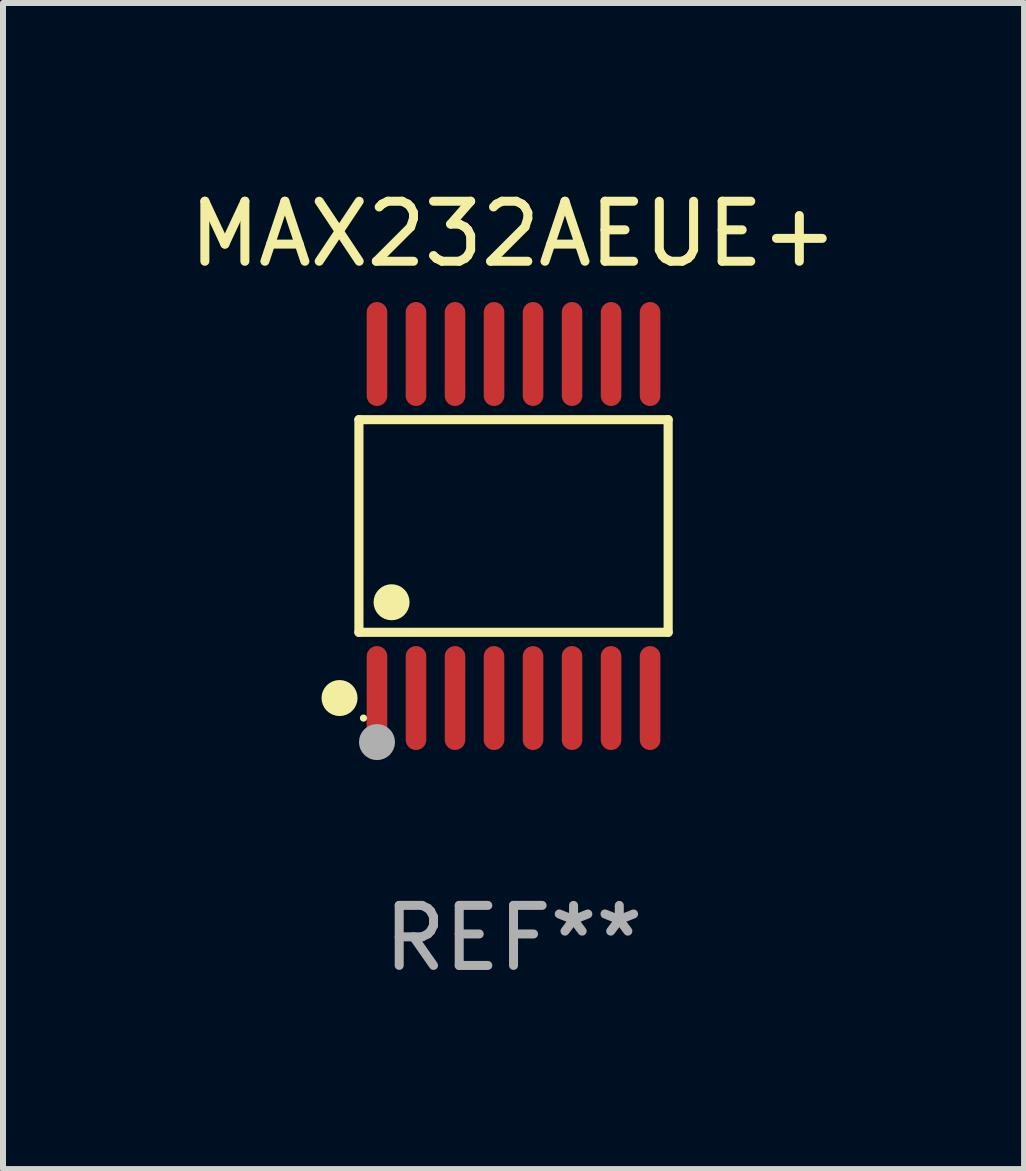
<source format=kicad_pcb>
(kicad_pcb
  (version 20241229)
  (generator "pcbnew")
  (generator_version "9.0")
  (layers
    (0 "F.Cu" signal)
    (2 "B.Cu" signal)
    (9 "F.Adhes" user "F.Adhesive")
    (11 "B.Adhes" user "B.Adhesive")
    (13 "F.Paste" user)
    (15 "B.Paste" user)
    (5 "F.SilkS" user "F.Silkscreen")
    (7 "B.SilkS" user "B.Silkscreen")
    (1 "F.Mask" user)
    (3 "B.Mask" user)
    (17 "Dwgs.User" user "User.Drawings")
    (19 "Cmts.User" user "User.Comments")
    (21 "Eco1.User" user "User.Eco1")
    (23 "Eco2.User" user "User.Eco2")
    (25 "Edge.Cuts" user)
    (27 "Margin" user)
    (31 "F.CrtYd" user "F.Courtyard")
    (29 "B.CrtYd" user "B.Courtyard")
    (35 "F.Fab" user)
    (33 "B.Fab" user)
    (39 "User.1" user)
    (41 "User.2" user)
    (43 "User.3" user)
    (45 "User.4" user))
  (footprint "MAX232AEUE+"
    (layer "F.Cu")
    (at 5.506 5.714)
    (property "Reference" "MAX232AEUE+" (at 0 -4.866 0) (layer "F.SilkS") (effects (font (size 1 1) (thickness 0.15))))
    (attr through_hole)
    (fp_line (start -2.576 -1.772) (end 2.576 -1.772) (stroke (width 0.152) (type solid)) (layer "F.SilkS"))
    (fp_line (start -2.576 1.771) (end -2.576 -1.772) (stroke (width 0.152) (type solid)) (layer "F.SilkS"))
    (fp_line (start 2.576 -1.772) (end 2.576 1.771) (stroke (width 0.152) (type solid)) (layer "F.SilkS"))
    (fp_line (start 2.576 1.771) (end -2.576 1.771) (stroke (width 0.152) (type solid)) (layer "F.SilkS"))
    (fp_circle (center -2.899 2.866) (end -2.749 2.866) (stroke (width 0.3) (type solid)) (fill no) (layer "F.SilkS"))
    (fp_circle (center -2.5 3.2) (end -2.47 3.2) (stroke (width 0.06) (type solid)) (fill no) (layer "F.SilkS"))
    (fp_circle (center -2.032 1.27) (end -1.882 1.27) (stroke (width 0.3) (type solid)) (fill no) (layer "F.SilkS"))
    (fp_circle (center -2.275 3.6) (end -2.125 3.6) (stroke (width 0.3) (type solid)) (fill no) (layer "F.Fab"))
    (fp_text user "REF**" (at 0 6.866 0) (layer "F.Fab") (effects (font (size 1 1) (thickness 0.15))))
    (pad "1" smd oval (at -2.275 2.866) (size 0.343 1.731) (layers "F.Cu" "F.Mask" "F.Paste"))
    (pad "2" smd oval (at -1.625 2.866) (size 0.343 1.731) (layers "F.Cu" "F.Mask" "F.Paste"))
    (pad "3" smd oval (at -0.975 2.866) (size 0.343 1.731) (layers "F.Cu" "F.Mask" "F.Paste"))
    (pad "4" smd oval (at -0.325 2.866) (size 0.343 1.731) (layers "F.Cu" "F.Mask" "F.Paste"))
    (pad "5" smd oval (at 0.325 2.866) (size 0.343 1.731) (layers "F.Cu" "F.Mask" "F.Paste"))
    (pad "6" smd oval (at 0.975 2.866) (size 0.343 1.731) (layers "F.Cu" "F.Mask" "F.Paste"))
    (pad "7" smd oval (at 1.625 2.866) (size 0.343 1.731) (layers "F.Cu" "F.Mask" "F.Paste"))
    (pad "8" smd oval (at 2.275 2.866) (size 0.343 1.731) (layers "F.Cu" "F.Mask" "F.Paste"))
    (pad "9" smd oval (at 2.275 -2.866) (size 0.343 1.731) (layers "F.Cu" "F.Mask" "F.Paste"))
    (pad "10" smd oval (at 1.625 -2.866) (size 0.343 1.731) (layers "F.Cu" "F.Mask" "F.Paste"))
    (pad "11" smd oval (at 0.975 -2.866) (size 0.343 1.731) (layers "F.Cu" "F.Mask" "F.Paste"))
    (pad "12" smd oval (at 0.325 -2.866) (size 0.343 1.731) (layers "F.Cu" "F.Mask" "F.Paste"))
    (pad "13" smd oval (at -0.325 -2.866) (size 0.343 1.731) (layers "F.Cu" "F.Mask" "F.Paste"))
    (pad "14" smd oval (at -0.975 -2.866) (size 0.343 1.731) (layers "F.Cu" "F.Mask" "F.Paste"))
    (pad "15" smd oval (at -1.625 -2.866) (size 0.343 1.731) (layers "F.Cu" "F.Mask" "F.Paste"))
    (pad "16" smd oval (at -2.275 -2.866) (size 0.343 1.731) (layers "F.Cu" "F.Mask" "F.Paste")))
  (gr_rect
    (start -3 -3)
    (end 14.012 16.428)
    (stroke (width 0.1) (type default))
    (fill no)
    (layer "Edge.Cuts")))
</source>
